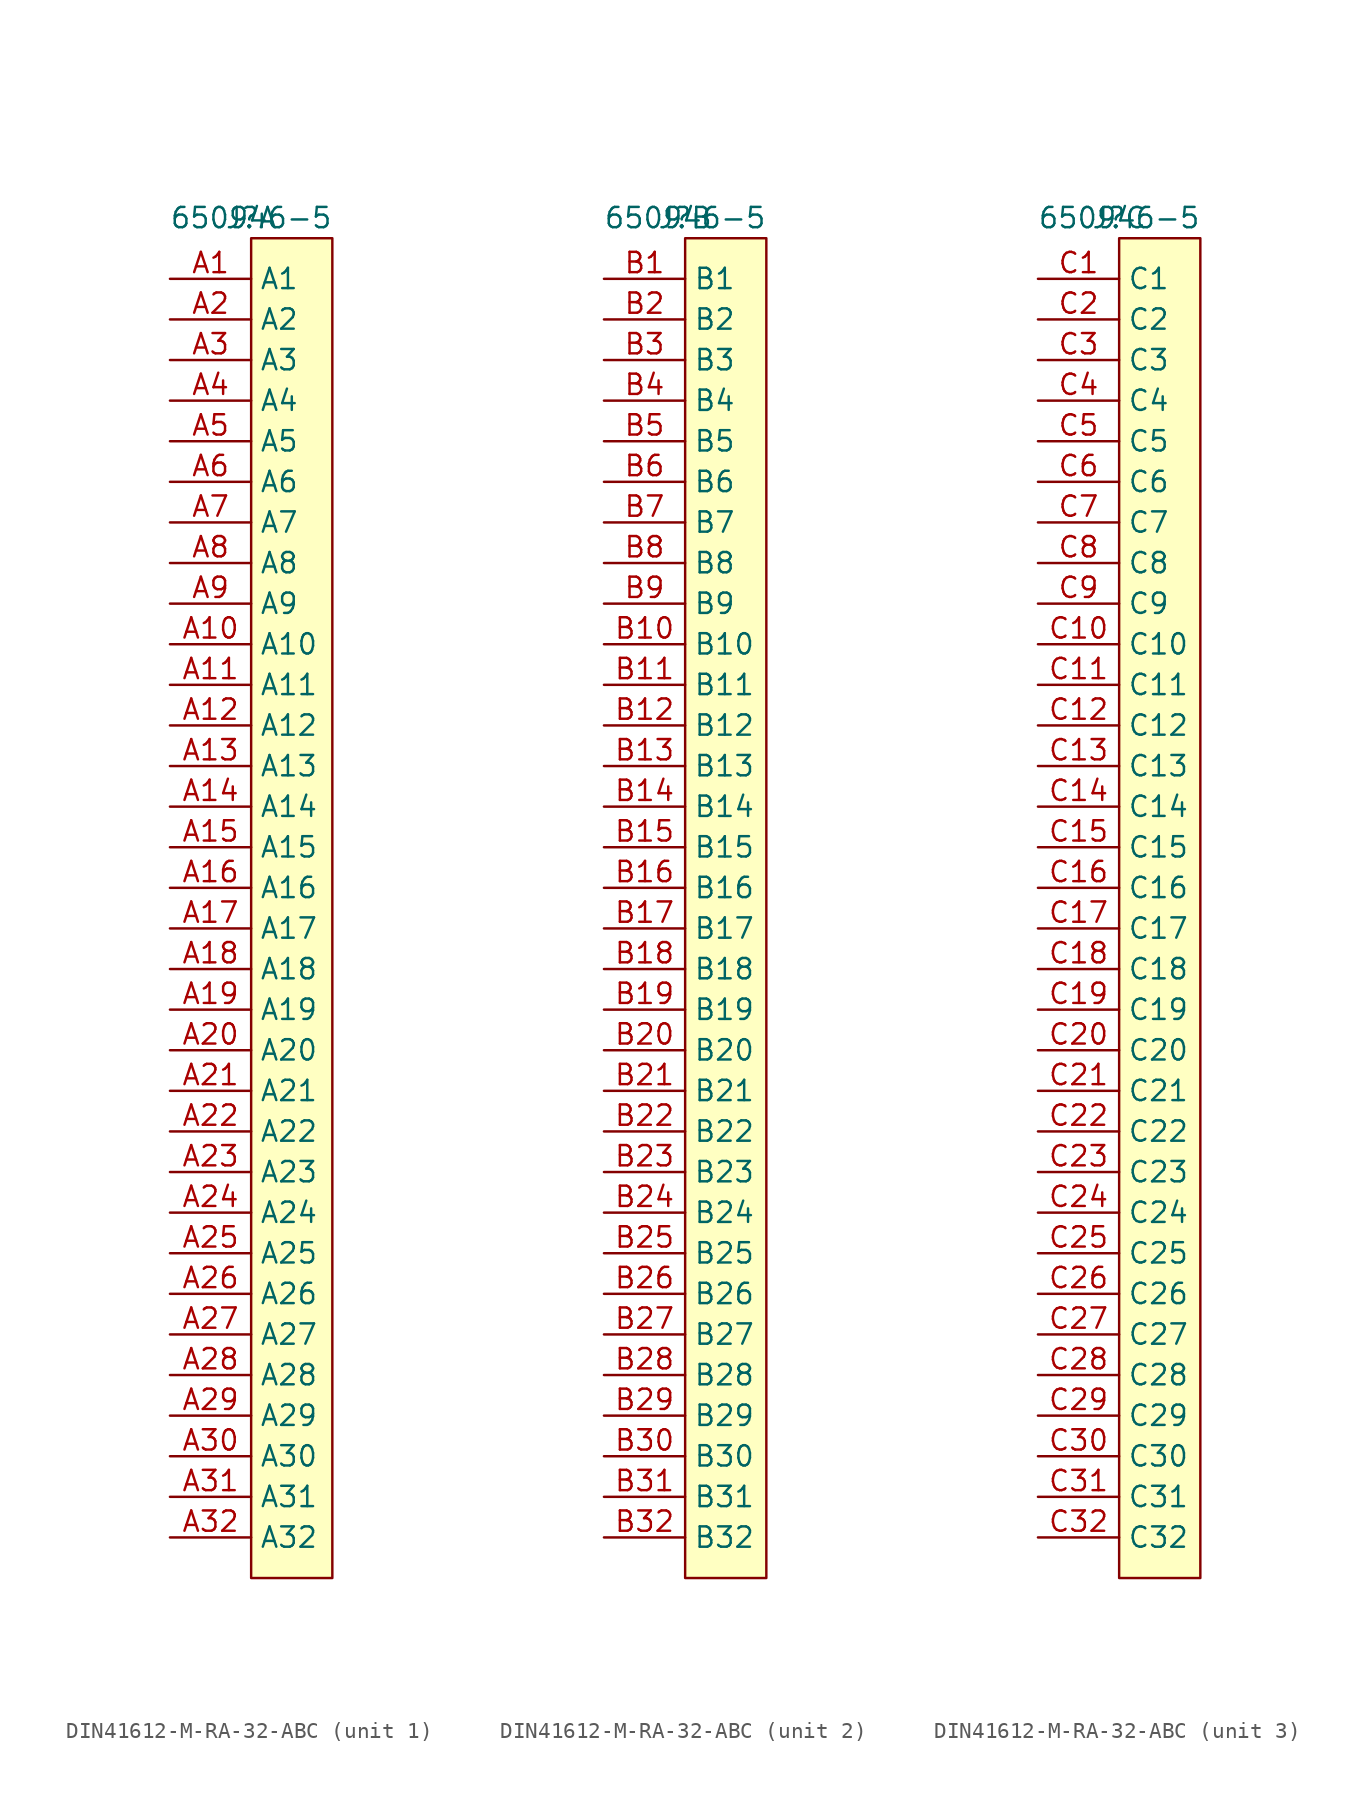
<source format=kicad_sym>
(kicad_symbol_lib
  (version 20220914)
  (generator kicad_symbol_editor)
  (symbol "DIN41612-M-RA-32-ABC"
    (property "Reference" "J"
      (at 0 1.27 0)
      (effects (font (size 1.27 1.27))))
    (property "Value" "650946-5"
      (at 0 1.27 0)
      (effects (font (size 1.27 1.27))))
    (property "ki_locked" ""
      (at 0 0 0)
      (effects (font (size 1.27 1.27))))
    (symbol "DIN41612-M-RA-32-ABC_0_1"
      (rectangle (start 0 0) (end 5.08 -83.82) (stroke (width 0) (type default)) (fill (type background))))
    (symbol "DIN41612-M-RA-32-ABC_1_0"
      (pin passive line (at -5.08 -2.54 0) (length 5.08) (name "A1" (effects (font (size 1.27 1.27)))) (number "A1" (effects (font (size 1.27 1.27)))))
      (pin passive line (at -5.08 -25.4 0) (length 5.08) (name "A10" (effects (font (size 1.27 1.27)))) (number "A10" (effects (font (size 1.27 1.27)))))
      (pin passive line (at -5.08 -27.94 0) (length 5.08) (name "A11" (effects (font (size 1.27 1.27)))) (number "A11" (effects (font (size 1.27 1.27)))))
      (pin passive line (at -5.08 -30.48 0) (length 5.08) (name "A12" (effects (font (size 1.27 1.27)))) (number "A12" (effects (font (size 1.27 1.27)))))
      (pin passive line (at -5.08 -33.02 0) (length 5.08) (name "A13" (effects (font (size 1.27 1.27)))) (number "A13" (effects (font (size 1.27 1.27)))))
      (pin passive line (at -5.08 -35.56 0) (length 5.08) (name "A14" (effects (font (size 1.27 1.27)))) (number "A14" (effects (font (size 1.27 1.27)))))
      (pin passive line (at -5.08 -38.1 0) (length 5.08) (name "A15" (effects (font (size 1.27 1.27)))) (number "A15" (effects (font (size 1.27 1.27)))))
      (pin passive line (at -5.08 -40.64 0) (length 5.08) (name "A16" (effects (font (size 1.27 1.27)))) (number "A16" (effects (font (size 1.27 1.27)))))
      (pin passive line (at -5.08 -43.18 0) (length 5.08) (name "A17" (effects (font (size 1.27 1.27)))) (number "A17" (effects (font (size 1.27 1.27)))))
      (pin passive line (at -5.08 -45.72 0) (length 5.08) (name "A18" (effects (font (size 1.27 1.27)))) (number "A18" (effects (font (size 1.27 1.27)))))
      (pin passive line (at -5.08 -48.26 0) (length 5.08) (name "A19" (effects (font (size 1.27 1.27)))) (number "A19" (effects (font (size 1.27 1.27)))))
      (pin passive line (at -5.08 -5.08 0) (length 5.08) (name "A2" (effects (font (size 1.27 1.27)))) (number "A2" (effects (font (size 1.27 1.27)))))
      (pin passive line (at -5.08 -50.8 0) (length 5.08) (name "A20" (effects (font (size 1.27 1.27)))) (number "A20" (effects (font (size 1.27 1.27)))))
      (pin passive line (at -5.08 -53.34 0) (length 5.08) (name "A21" (effects (font (size 1.27 1.27)))) (number "A21" (effects (font (size 1.27 1.27)))))
      (pin passive line (at -5.08 -55.88 0) (length 5.08) (name "A22" (effects (font (size 1.27 1.27)))) (number "A22" (effects (font (size 1.27 1.27)))))
      (pin passive line (at -5.08 -58.42 0) (length 5.08) (name "A23" (effects (font (size 1.27 1.27)))) (number "A23" (effects (font (size 1.27 1.27)))))
      (pin passive line (at -5.08 -60.96 0) (length 5.08) (name "A24" (effects (font (size 1.27 1.27)))) (number "A24" (effects (font (size 1.27 1.27)))))
      (pin passive line (at -5.08 -63.5 0) (length 5.08) (name "A25" (effects (font (size 1.27 1.27)))) (number "A25" (effects (font (size 1.27 1.27)))))
      (pin passive line (at -5.08 -66.04 0) (length 5.08) (name "A26" (effects (font (size 1.27 1.27)))) (number "A26" (effects (font (size 1.27 1.27)))))
      (pin passive line (at -5.08 -68.58 0) (length 5.08) (name "A27" (effects (font (size 1.27 1.27)))) (number "A27" (effects (font (size 1.27 1.27)))))
      (pin passive line (at -5.08 -71.12 0) (length 5.08) (name "A28" (effects (font (size 1.27 1.27)))) (number "A28" (effects (font (size 1.27 1.27)))))
      (pin passive line (at -5.08 -73.66 0) (length 5.08) (name "A29" (effects (font (size 1.27 1.27)))) (number "A29" (effects (font (size 1.27 1.27)))))
      (pin passive line (at -5.08 -7.62 0) (length 5.08) (name "A3" (effects (font (size 1.27 1.27)))) (number "A3" (effects (font (size 1.27 1.27)))))
      (pin passive line (at -5.08 -76.2 0) (length 5.08) (name "A30" (effects (font (size 1.27 1.27)))) (number "A30" (effects (font (size 1.27 1.27)))))
      (pin passive line (at -5.08 -78.74 0) (length 5.08) (name "A31" (effects (font (size 1.27 1.27)))) (number "A31" (effects (font (size 1.27 1.27)))))
      (pin passive line (at -5.08 -81.28 0) (length 5.08) (name "A32" (effects (font (size 1.27 1.27)))) (number "A32" (effects (font (size 1.27 1.27)))))
      (pin passive line (at -5.08 -10.16 0) (length 5.08) (name "A4" (effects (font (size 1.27 1.27)))) (number "A4" (effects (font (size 1.27 1.27)))))
      (pin passive line (at -5.08 -12.7 0) (length 5.08) (name "A5" (effects (font (size 1.27 1.27)))) (number "A5" (effects (font (size 1.27 1.27)))))
      (pin passive line (at -5.08 -15.24 0) (length 5.08) (name "A6" (effects (font (size 1.27 1.27)))) (number "A6" (effects (font (size 1.27 1.27)))))
      (pin passive line (at -5.08 -17.78 0) (length 5.08) (name "A7" (effects (font (size 1.27 1.27)))) (number "A7" (effects (font (size 1.27 1.27)))))
      (pin passive line (at -5.08 -20.32 0) (length 5.08) (name "A8" (effects (font (size 1.27 1.27)))) (number "A8" (effects (font (size 1.27 1.27)))))
      (pin passive line (at -5.08 -22.86 0) (length 5.08) (name "A9" (effects (font (size 1.27 1.27)))) (number "A9" (effects (font (size 1.27 1.27))))))
    (symbol "DIN41612-M-RA-32-ABC_2_0"
      (pin passive line (at -5.08 -2.54 0) (length 5.08) (name "B1" (effects (font (size 1.27 1.27)))) (number "B1" (effects (font (size 1.27 1.27)))))
      (pin passive line (at -5.08 -25.4 0) (length 5.08) (name "B10" (effects (font (size 1.27 1.27)))) (number "B10" (effects (font (size 1.27 1.27)))))
      (pin passive line (at -5.08 -27.94 0) (length 5.08) (name "B11" (effects (font (size 1.27 1.27)))) (number "B11" (effects (font (size 1.27 1.27)))))
      (pin passive line (at -5.08 -30.48 0) (length 5.08) (name "B12" (effects (font (size 1.27 1.27)))) (number "B12" (effects (font (size 1.27 1.27)))))
      (pin passive line (at -5.08 -33.02 0) (length 5.08) (name "B13" (effects (font (size 1.27 1.27)))) (number "B13" (effects (font (size 1.27 1.27)))))
      (pin passive line (at -5.08 -35.56 0) (length 5.08) (name "B14" (effects (font (size 1.27 1.27)))) (number "B14" (effects (font (size 1.27 1.27)))))
      (pin passive line (at -5.08 -38.1 0) (length 5.08) (name "B15" (effects (font (size 1.27 1.27)))) (number "B15" (effects (font (size 1.27 1.27)))))
      (pin passive line (at -5.08 -40.64 0) (length 5.08) (name "B16" (effects (font (size 1.27 1.27)))) (number "B16" (effects (font (size 1.27 1.27)))))
      (pin passive line (at -5.08 -43.18 0) (length 5.08) (name "B17" (effects (font (size 1.27 1.27)))) (number "B17" (effects (font (size 1.27 1.27)))))
      (pin passive line (at -5.08 -45.72 0) (length 5.08) (name "B18" (effects (font (size 1.27 1.27)))) (number "B18" (effects (font (size 1.27 1.27)))))
      (pin passive line (at -5.08 -48.26 0) (length 5.08) (name "B19" (effects (font (size 1.27 1.27)))) (number "B19" (effects (font (size 1.27 1.27)))))
      (pin passive line (at -5.08 -5.08 0) (length 5.08) (name "B2" (effects (font (size 1.27 1.27)))) (number "B2" (effects (font (size 1.27 1.27)))))
      (pin passive line (at -5.08 -50.8 0) (length 5.08) (name "B20" (effects (font (size 1.27 1.27)))) (number "B20" (effects (font (size 1.27 1.27)))))
      (pin passive line (at -5.08 -53.34 0) (length 5.08) (name "B21" (effects (font (size 1.27 1.27)))) (number "B21" (effects (font (size 1.27 1.27)))))
      (pin passive line (at -5.08 -55.88 0) (length 5.08) (name "B22" (effects (font (size 1.27 1.27)))) (number "B22" (effects (font (size 1.27 1.27)))))
      (pin passive line (at -5.08 -58.42 0) (length 5.08) (name "B23" (effects (font (size 1.27 1.27)))) (number "B23" (effects (font (size 1.27 1.27)))))
      (pin passive line (at -5.08 -60.96 0) (length 5.08) (name "B24" (effects (font (size 1.27 1.27)))) (number "B24" (effects (font (size 1.27 1.27)))))
      (pin passive line (at -5.08 -63.5 0) (length 5.08) (name "B25" (effects (font (size 1.27 1.27)))) (number "B25" (effects (font (size 1.27 1.27)))))
      (pin passive line (at -5.08 -66.04 0) (length 5.08) (name "B26" (effects (font (size 1.27 1.27)))) (number "B26" (effects (font (size 1.27 1.27)))))
      (pin passive line (at -5.08 -68.58 0) (length 5.08) (name "B27" (effects (font (size 1.27 1.27)))) (number "B27" (effects (font (size 1.27 1.27)))))
      (pin passive line (at -5.08 -71.12 0) (length 5.08) (name "B28" (effects (font (size 1.27 1.27)))) (number "B28" (effects (font (size 1.27 1.27)))))
      (pin passive line (at -5.08 -73.66 0) (length 5.08) (name "B29" (effects (font (size 1.27 1.27)))) (number "B29" (effects (font (size 1.27 1.27)))))
      (pin passive line (at -5.08 -7.62 0) (length 5.08) (name "B3" (effects (font (size 1.27 1.27)))) (number "B3" (effects (font (size 1.27 1.27)))))
      (pin passive line (at -5.08 -76.2 0) (length 5.08) (name "B30" (effects (font (size 1.27 1.27)))) (number "B30" (effects (font (size 1.27 1.27)))))
      (pin passive line (at -5.08 -78.74 0) (length 5.08) (name "B31" (effects (font (size 1.27 1.27)))) (number "B31" (effects (font (size 1.27 1.27)))))
      (pin passive line (at -5.08 -81.28 0) (length 5.08) (name "B32" (effects (font (size 1.27 1.27)))) (number "B32" (effects (font (size 1.27 1.27)))))
      (pin passive line (at -5.08 -10.16 0) (length 5.08) (name "B4" (effects (font (size 1.27 1.27)))) (number "B4" (effects (font (size 1.27 1.27)))))
      (pin passive line (at -5.08 -12.7 0) (length 5.08) (name "B5" (effects (font (size 1.27 1.27)))) (number "B5" (effects (font (size 1.27 1.27)))))
      (pin passive line (at -5.08 -15.24 0) (length 5.08) (name "B6" (effects (font (size 1.27 1.27)))) (number "B6" (effects (font (size 1.27 1.27)))))
      (pin passive line (at -5.08 -17.78 0) (length 5.08) (name "B7" (effects (font (size 1.27 1.27)))) (number "B7" (effects (font (size 1.27 1.27)))))
      (pin passive line (at -5.08 -20.32 0) (length 5.08) (name "B8" (effects (font (size 1.27 1.27)))) (number "B8" (effects (font (size 1.27 1.27)))))
      (pin passive line (at -5.08 -22.86 0) (length 5.08) (name "B9" (effects (font (size 1.27 1.27)))) (number "B9" (effects (font (size 1.27 1.27))))))
    (symbol "DIN41612-M-RA-32-ABC_3_0"
      (pin passive line (at -5.08 -2.54 0) (length 5.08) (name "C1" (effects (font (size 1.27 1.27)))) (number "C1" (effects (font (size 1.27 1.27)))))
      (pin passive line (at -5.08 -25.4 0) (length 5.08) (name "C10" (effects (font (size 1.27 1.27)))) (number "C10" (effects (font (size 1.27 1.27)))))
      (pin passive line (at -5.08 -27.94 0) (length 5.08) (name "C11" (effects (font (size 1.27 1.27)))) (number "C11" (effects (font (size 1.27 1.27)))))
      (pin passive line (at -5.08 -30.48 0) (length 5.08) (name "C12" (effects (font (size 1.27 1.27)))) (number "C12" (effects (font (size 1.27 1.27)))))
      (pin passive line (at -5.08 -33.02 0) (length 5.08) (name "C13" (effects (font (size 1.27 1.27)))) (number "C13" (effects (font (size 1.27 1.27)))))
      (pin passive line (at -5.08 -35.56 0) (length 5.08) (name "C14" (effects (font (size 1.27 1.27)))) (number "C14" (effects (font (size 1.27 1.27)))))
      (pin passive line (at -5.08 -38.1 0) (length 5.08) (name "C15" (effects (font (size 1.27 1.27)))) (number "C15" (effects (font (size 1.27 1.27)))))
      (pin passive line (at -5.08 -40.64 0) (length 5.08) (name "C16" (effects (font (size 1.27 1.27)))) (number "C16" (effects (font (size 1.27 1.27)))))
      (pin passive line (at -5.08 -43.18 0) (length 5.08) (name "C17" (effects (font (size 1.27 1.27)))) (number "C17" (effects (font (size 1.27 1.27)))))
      (pin passive line (at -5.08 -45.72 0) (length 5.08) (name "C18" (effects (font (size 1.27 1.27)))) (number "C18" (effects (font (size 1.27 1.27)))))
      (pin passive line (at -5.08 -48.26 0) (length 5.08) (name "C19" (effects (font (size 1.27 1.27)))) (number "C19" (effects (font (size 1.27 1.27)))))
      (pin passive line (at -5.08 -5.08 0) (length 5.08) (name "C2" (effects (font (size 1.27 1.27)))) (number "C2" (effects (font (size 1.27 1.27)))))
      (pin passive line (at -5.08 -50.8 0) (length 5.08) (name "C20" (effects (font (size 1.27 1.27)))) (number "C20" (effects (font (size 1.27 1.27)))))
      (pin passive line (at -5.08 -53.34 0) (length 5.08) (name "C21" (effects (font (size 1.27 1.27)))) (number "C21" (effects (font (size 1.27 1.27)))))
      (pin passive line (at -5.08 -55.88 0) (length 5.08) (name "C22" (effects (font (size 1.27 1.27)))) (number "C22" (effects (font (size 1.27 1.27)))))
      (pin passive line (at -5.08 -58.42 0) (length 5.08) (name "C23" (effects (font (size 1.27 1.27)))) (number "C23" (effects (font (size 1.27 1.27)))))
      (pin passive line (at -5.08 -60.96 0) (length 5.08) (name "C24" (effects (font (size 1.27 1.27)))) (number "C24" (effects (font (size 1.27 1.27)))))
      (pin passive line (at -5.08 -63.5 0) (length 5.08) (name "C25" (effects (font (size 1.27 1.27)))) (number "C25" (effects (font (size 1.27 1.27)))))
      (pin passive line (at -5.08 -66.04 0) (length 5.08) (name "C26" (effects (font (size 1.27 1.27)))) (number "C26" (effects (font (size 1.27 1.27)))))
      (pin passive line (at -5.08 -68.58 0) (length 5.08) (name "C27" (effects (font (size 1.27 1.27)))) (number "C27" (effects (font (size 1.27 1.27)))))
      (pin passive line (at -5.08 -71.12 0) (length 5.08) (name "C28" (effects (font (size 1.27 1.27)))) (number "C28" (effects (font (size 1.27 1.27)))))
      (pin passive line (at -5.08 -73.66 0) (length 5.08) (name "C29" (effects (font (size 1.27 1.27)))) (number "C29" (effects (font (size 1.27 1.27)))))
      (pin passive line (at -5.08 -7.62 0) (length 5.08) (name "C3" (effects (font (size 1.27 1.27)))) (number "C3" (effects (font (size 1.27 1.27)))))
      (pin passive line (at -5.08 -76.2 0) (length 5.08) (name "C30" (effects (font (size 1.27 1.27)))) (number "C30" (effects (font (size 1.27 1.27)))))
      (pin passive line (at -5.08 -78.74 0) (length 5.08) (name "C31" (effects (font (size 1.27 1.27)))) (number "C31" (effects (font (size 1.27 1.27)))))
      (pin passive line (at -5.08 -81.28 0) (length 5.08) (name "C32" (effects (font (size 1.27 1.27)))) (number "C32" (effects (font (size 1.27 1.27)))))
      (pin passive line (at -5.08 -10.16 0) (length 5.08) (name "C4" (effects (font (size 1.27 1.27)))) (number "C4" (effects (font (size 1.27 1.27)))))
      (pin passive line (at -5.08 -12.7 0) (length 5.08) (name "C5" (effects (font (size 1.27 1.27)))) (number "C5" (effects (font (size 1.27 1.27)))))
      (pin passive line (at -5.08 -15.24 0) (length 5.08) (name "C6" (effects (font (size 1.27 1.27)))) (number "C6" (effects (font (size 1.27 1.27)))))
      (pin passive line (at -5.08 -17.78 0) (length 5.08) (name "C7" (effects (font (size 1.27 1.27)))) (number "C7" (effects (font (size 1.27 1.27)))))
      (pin passive line (at -5.08 -20.32 0) (length 5.08) (name "C8" (effects (font (size 1.27 1.27)))) (number "C8" (effects (font (size 1.27 1.27)))))
      (pin passive line (at -5.08 -22.86 0) (length 5.08) (name "C9" (effects (font (size 1.27 1.27)))) (number "C9" (effects (font (size 1.27 1.27))))))))
</source>
